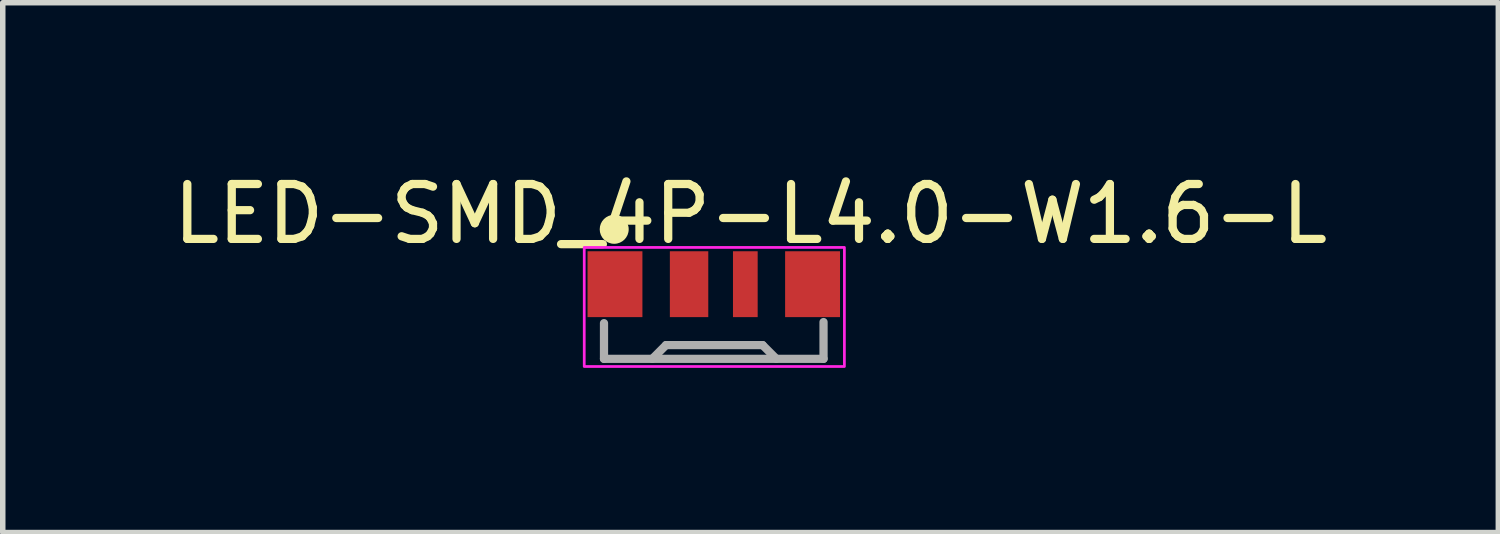
<source format=kicad_pcb>
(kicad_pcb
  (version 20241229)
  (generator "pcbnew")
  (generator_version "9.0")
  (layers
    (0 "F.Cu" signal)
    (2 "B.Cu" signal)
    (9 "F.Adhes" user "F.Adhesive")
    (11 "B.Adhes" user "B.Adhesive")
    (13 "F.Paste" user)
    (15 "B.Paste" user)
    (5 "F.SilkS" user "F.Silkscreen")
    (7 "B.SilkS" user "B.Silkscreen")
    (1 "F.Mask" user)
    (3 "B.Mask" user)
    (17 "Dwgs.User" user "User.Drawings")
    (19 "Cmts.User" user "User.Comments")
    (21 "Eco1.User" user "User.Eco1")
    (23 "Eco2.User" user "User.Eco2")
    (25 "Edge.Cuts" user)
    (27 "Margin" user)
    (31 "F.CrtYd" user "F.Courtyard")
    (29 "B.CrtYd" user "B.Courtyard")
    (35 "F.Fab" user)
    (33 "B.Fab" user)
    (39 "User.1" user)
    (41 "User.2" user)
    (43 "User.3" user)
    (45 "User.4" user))
  (footprint "LED-SMD_4P-L4.0-W1.6-L"
    (layer "F.Cu")
    (at 9.955 2.128)
    (property "Reference" "LED-SMD_4P-L4.0-W1.6-L" (at 0.67 -1.28 0) (layer "F.SilkS") (effects (font (size 1 1) (thickness 0.15))))
    (attr smd)
    (fp_circle (center -1.814 -1) (end -1.6 -1) (stroke (width 0.1) (type solid)) (fill yes) (layer "F.SilkS"))
    (fp_rect (start -2.36 -0.67) (end 2.38 1.5) (stroke (width 0.05) (type default)) (fill no) (layer "F.CrtYd"))
    (fp_line (start -2 1.36) (end -2 0.71) (stroke (width 0.15) (type solid)) (layer "F.Fab"))
    (fp_line (start -1.12 1.36) (end -0.87 1.11) (stroke (width 0.15) (type solid)) (layer "F.Fab"))
    (fp_line (start -0.87 1.11) (end 0.89 1.11) (stroke (width 0.15) (type solid)) (layer "F.Fab"))
    (fp_line (start 0.89 1.11) (end 1.14 1.36) (stroke (width 0.15) (type solid)) (layer "F.Fab"))
    (fp_line (start 2 0.69) (end 2 1.36) (stroke (width 0.15) (type solid)) (layer "F.Fab"))
    (fp_line (start 2 1.36) (end -2 1.36) (stroke (width 0.15) (type solid)) (layer "F.Fab"))
    (fp_circle (center -2 1.36) (end -1.97 1.36) (stroke (width 0.06) (type solid)) (fill no) (layer "F.Fab"))
    (pad "1" smd rect (at -1.8 0) (size 1 1.2) (layers "F.Cu" "F.Mask" "F.Paste"))
    (pad "2" smd rect (at -0.45 0) (size 0.7 1.2) (layers "F.Cu" "F.Mask" "F.Paste"))
    (pad "3" smd rect (at 0.575 0) (size 0.45 1.2) (layers "F.Cu" "F.Mask" "F.Paste"))
    (pad "4" smd rect (at 1.8 0) (size 1 1.2) (layers "F.Cu" "F.Mask" "F.Paste")))
  (gr_rect
    (start -3 -3)
    (end 24.25 6.653)
    (stroke (width 0.1) (type default))
    (fill no)
    (layer "Edge.Cuts")))
</source>
